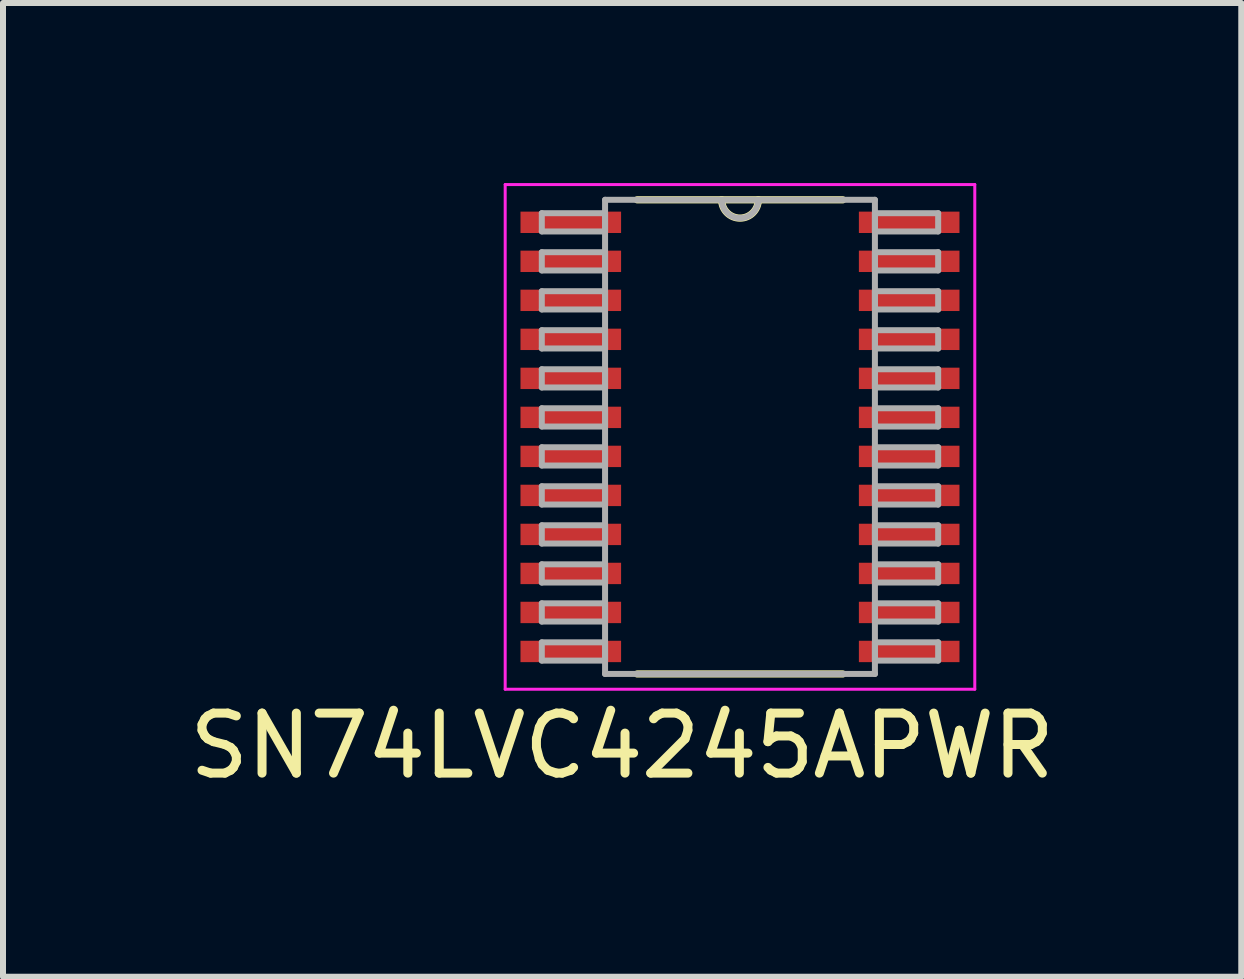
<source format=kicad_pcb>
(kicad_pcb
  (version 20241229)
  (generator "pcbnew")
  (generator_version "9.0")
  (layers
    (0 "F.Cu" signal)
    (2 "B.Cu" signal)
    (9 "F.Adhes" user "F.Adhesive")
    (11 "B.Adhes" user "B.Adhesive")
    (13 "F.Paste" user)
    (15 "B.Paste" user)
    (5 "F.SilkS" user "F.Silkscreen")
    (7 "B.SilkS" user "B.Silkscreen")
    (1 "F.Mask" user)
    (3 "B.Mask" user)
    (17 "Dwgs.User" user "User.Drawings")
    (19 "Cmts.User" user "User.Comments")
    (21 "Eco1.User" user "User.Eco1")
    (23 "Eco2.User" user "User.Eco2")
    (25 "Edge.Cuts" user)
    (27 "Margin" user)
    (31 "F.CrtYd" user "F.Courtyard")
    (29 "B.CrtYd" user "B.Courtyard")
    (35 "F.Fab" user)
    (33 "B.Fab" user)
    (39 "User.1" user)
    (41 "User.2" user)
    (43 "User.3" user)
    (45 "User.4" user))
  (footprint "SN74LVC4245APWR"
    (layer "F.Cu")
    (at 9.279 4.229)
    (property "Reference" "SN74LVC4245APWR" (at -1.963 5.147 0) (layer "F.SilkS") (effects (font (size 1 1) (thickness 0.15))))
    (attr through_hole)
    (fp_line (start -1.713 3.95) (end 1.713 3.95) (stroke (width 0.12) (type solid)) (layer "F.SilkS"))
    (fp_line (start 1.713 -3.95) (end -1.713 -3.95) (stroke (width 0.12) (type solid)) (layer "F.SilkS"))
    (fp_arc (start 0.3048 -3.9497) (mid 0 -3.6449) (end -0.3048 -3.9497) (stroke (width 0.12) (type solid)) (layer "F.SilkS"))
    (fp_line (start -3.912 -4.204) (end 3.912 -4.204) (stroke (width 0.05) (type solid)) (layer "F.CrtYd"))
    (fp_line (start -3.912 4.204) (end -3.912 -4.204) (stroke (width 0.05) (type solid)) (layer "F.CrtYd"))
    (fp_line (start 3.912 -4.204) (end 3.912 4.204) (stroke (width 0.05) (type solid)) (layer "F.CrtYd"))
    (fp_line (start 3.912 4.204) (end -3.912 4.204) (stroke (width 0.05) (type solid)) (layer "F.CrtYd"))
    (fp_line (start -3.302 -3.727) (end -3.302 -3.423) (stroke (width 0.1) (type solid)) (layer "F.Fab"))
    (fp_line (start -3.302 -3.423) (end -2.248 -3.423) (stroke (width 0.1) (type solid)) (layer "F.Fab"))
    (fp_line (start -3.302 -3.077) (end -3.302 -2.773) (stroke (width 0.1) (type solid)) (layer "F.Fab"))
    (fp_line (start -3.302 -2.773) (end -2.248 -2.773) (stroke (width 0.1) (type solid)) (layer "F.Fab"))
    (fp_line (start -3.302 -2.427) (end -3.302 -2.123) (stroke (width 0.1) (type solid)) (layer "F.Fab"))
    (fp_line (start -3.302 -2.123) (end -2.248 -2.123) (stroke (width 0.1) (type solid)) (layer "F.Fab"))
    (fp_line (start -3.302 -1.777) (end -3.302 -1.473) (stroke (width 0.1) (type solid)) (layer "F.Fab"))
    (fp_line (start -3.302 -1.473) (end -2.248 -1.473) (stroke (width 0.1) (type solid)) (layer "F.Fab"))
    (fp_line (start -3.302 -1.127) (end -3.302 -0.823) (stroke (width 0.1) (type solid)) (layer "F.Fab"))
    (fp_line (start -3.302 -0.823) (end -2.248 -0.823) (stroke (width 0.1) (type solid)) (layer "F.Fab"))
    (fp_line (start -3.302 -0.477) (end -3.302 -0.173) (stroke (width 0.1) (type solid)) (layer "F.Fab"))
    (fp_line (start -3.302 -0.173) (end -2.248 -0.173) (stroke (width 0.1) (type solid)) (layer "F.Fab"))
    (fp_line (start -3.302 0.173) (end -3.302 0.477) (stroke (width 0.1) (type solid)) (layer "F.Fab"))
    (fp_line (start -3.302 0.477) (end -2.248 0.477) (stroke (width 0.1) (type solid)) (layer "F.Fab"))
    (fp_line (start -3.302 0.823) (end -3.302 1.127) (stroke (width 0.1) (type solid)) (layer "F.Fab"))
    (fp_line (start -3.302 1.127) (end -2.248 1.127) (stroke (width 0.1) (type solid)) (layer "F.Fab"))
    (fp_line (start -3.302 1.473) (end -3.302 1.777) (stroke (width 0.1) (type solid)) (layer "F.Fab"))
    (fp_line (start -3.302 1.777) (end -2.248 1.777) (stroke (width 0.1) (type solid)) (layer "F.Fab"))
    (fp_line (start -3.302 2.123) (end -3.302 2.427) (stroke (width 0.1) (type solid)) (layer "F.Fab"))
    (fp_line (start -3.302 2.427) (end -2.248 2.427) (stroke (width 0.1) (type solid)) (layer "F.Fab"))
    (fp_line (start -3.302 2.773) (end -3.302 3.077) (stroke (width 0.1) (type solid)) (layer "F.Fab"))
    (fp_line (start -3.302 3.077) (end -2.248 3.077) (stroke (width 0.1) (type solid)) (layer "F.Fab"))
    (fp_line (start -3.302 3.423) (end -3.302 3.727) (stroke (width 0.1) (type solid)) (layer "F.Fab"))
    (fp_line (start -3.302 3.727) (end -2.248 3.727) (stroke (width 0.1) (type solid)) (layer "F.Fab"))
    (fp_line (start -2.248 -3.95) (end -2.248 3.95) (stroke (width 0.1) (type solid)) (layer "F.Fab"))
    (fp_line (start -2.248 -3.727) (end -3.302 -3.727) (stroke (width 0.1) (type solid)) (layer "F.Fab"))
    (fp_line (start -2.248 -3.423) (end -2.248 -3.727) (stroke (width 0.1) (type solid)) (layer "F.Fab"))
    (fp_line (start -2.248 -3.077) (end -3.302 -3.077) (stroke (width 0.1) (type solid)) (layer "F.Fab"))
    (fp_line (start -2.248 -2.773) (end -2.248 -3.077) (stroke (width 0.1) (type solid)) (layer "F.Fab"))
    (fp_line (start -2.248 -2.427) (end -3.302 -2.427) (stroke (width 0.1) (type solid)) (layer "F.Fab"))
    (fp_line (start -2.248 -2.123) (end -2.248 -2.427) (stroke (width 0.1) (type solid)) (layer "F.Fab"))
    (fp_line (start -2.248 -1.777) (end -3.302 -1.777) (stroke (width 0.1) (type solid)) (layer "F.Fab"))
    (fp_line (start -2.248 -1.473) (end -2.248 -1.777) (stroke (width 0.1) (type solid)) (layer "F.Fab"))
    (fp_line (start -2.248 -1.127) (end -3.302 -1.127) (stroke (width 0.1) (type solid)) (layer "F.Fab"))
    (fp_line (start -2.248 -0.823) (end -2.248 -1.127) (stroke (width 0.1) (type solid)) (layer "F.Fab"))
    (fp_line (start -2.248 -0.477) (end -3.302 -0.477) (stroke (width 0.1) (type solid)) (layer "F.Fab"))
    (fp_line (start -2.248 -0.173) (end -2.248 -0.477) (stroke (width 0.1) (type solid)) (layer "F.Fab"))
    (fp_line (start -2.248 0.173) (end -3.302 0.173) (stroke (width 0.1) (type solid)) (layer "F.Fab"))
    (fp_line (start -2.248 0.477) (end -2.248 0.173) (stroke (width 0.1) (type solid)) (layer "F.Fab"))
    (fp_line (start -2.248 0.823) (end -3.302 0.823) (stroke (width 0.1) (type solid)) (layer "F.Fab"))
    (fp_line (start -2.248 1.127) (end -2.248 0.823) (stroke (width 0.1) (type solid)) (layer "F.Fab"))
    (fp_line (start -2.248 1.473) (end -3.302 1.473) (stroke (width 0.1) (type solid)) (layer "F.Fab"))
    (fp_line (start -2.248 1.777) (end -2.248 1.473) (stroke (width 0.1) (type solid)) (layer "F.Fab"))
    (fp_line (start -2.248 2.123) (end -3.302 2.123) (stroke (width 0.1) (type solid)) (layer "F.Fab"))
    (fp_line (start -2.248 2.427) (end -2.248 2.123) (stroke (width 0.1) (type solid)) (layer "F.Fab"))
    (fp_line (start -2.248 2.773) (end -3.302 2.773) (stroke (width 0.1) (type solid)) (layer "F.Fab"))
    (fp_line (start -2.248 3.077) (end -2.248 2.773) (stroke (width 0.1) (type solid)) (layer "F.Fab"))
    (fp_line (start -2.248 3.423) (end -3.302 3.423) (stroke (width 0.1) (type solid)) (layer "F.Fab"))
    (fp_line (start -2.248 3.727) (end -2.248 3.423) (stroke (width 0.1) (type solid)) (layer "F.Fab"))
    (fp_line (start -2.248 3.95) (end 2.248 3.95) (stroke (width 0.1) (type solid)) (layer "F.Fab"))
    (fp_line (start 2.248 -3.95) (end -2.248 -3.95) (stroke (width 0.1) (type solid)) (layer "F.Fab"))
    (fp_line (start 2.248 -3.727) (end 2.248 -3.423) (stroke (width 0.1) (type solid)) (layer "F.Fab"))
    (fp_line (start 2.248 -3.423) (end 3.302 -3.423) (stroke (width 0.1) (type solid)) (layer "F.Fab"))
    (fp_line (start 2.248 -3.077) (end 2.248 -2.773) (stroke (width 0.1) (type solid)) (layer "F.Fab"))
    (fp_line (start 2.248 -2.773) (end 3.302 -2.773) (stroke (width 0.1) (type solid)) (layer "F.Fab"))
    (fp_line (start 2.248 -2.427) (end 2.248 -2.123) (stroke (width 0.1) (type solid)) (layer "F.Fab"))
    (fp_line (start 2.248 -2.123) (end 3.302 -2.123) (stroke (width 0.1) (type solid)) (layer "F.Fab"))
    (fp_line (start 2.248 -1.777) (end 2.248 -1.473) (stroke (width 0.1) (type solid)) (layer "F.Fab"))
    (fp_line (start 2.248 -1.473) (end 3.302 -1.473) (stroke (width 0.1) (type solid)) (layer "F.Fab"))
    (fp_line (start 2.248 -1.127) (end 2.248 -0.823) (stroke (width 0.1) (type solid)) (layer "F.Fab"))
    (fp_line (start 2.248 -0.823) (end 3.302 -0.823) (stroke (width 0.1) (type solid)) (layer "F.Fab"))
    (fp_line (start 2.248 -0.477) (end 2.248 -0.173) (stroke (width 0.1) (type solid)) (layer "F.Fab"))
    (fp_line (start 2.248 -0.173) (end 3.302 -0.173) (stroke (width 0.1) (type solid)) (layer "F.Fab"))
    (fp_line (start 2.248 0.173) (end 2.248 0.477) (stroke (width 0.1) (type solid)) (layer "F.Fab"))
    (fp_line (start 2.248 0.477) (end 3.302 0.477) (stroke (width 0.1) (type solid)) (layer "F.Fab"))
    (fp_line (start 2.248 0.823) (end 2.248 1.127) (stroke (width 0.1) (type solid)) (layer "F.Fab"))
    (fp_line (start 2.248 1.127) (end 3.302 1.127) (stroke (width 0.1) (type solid)) (layer "F.Fab"))
    (fp_line (start 2.248 1.473) (end 2.248 1.777) (stroke (width 0.1) (type solid)) (layer "F.Fab"))
    (fp_line (start 2.248 1.777) (end 3.302 1.777) (stroke (width 0.1) (type solid)) (layer "F.Fab"))
    (fp_line (start 2.248 2.123) (end 2.248 2.427) (stroke (width 0.1) (type solid)) (layer "F.Fab"))
    (fp_line (start 2.248 2.427) (end 3.302 2.427) (stroke (width 0.1) (type solid)) (layer "F.Fab"))
    (fp_line (start 2.248 2.773) (end 2.248 3.077) (stroke (width 0.1) (type solid)) (layer "F.Fab"))
    (fp_line (start 2.248 3.077) (end 3.302 3.077) (stroke (width 0.1) (type solid)) (layer "F.Fab"))
    (fp_line (start 2.248 3.423) (end 2.248 3.727) (stroke (width 0.1) (type solid)) (layer "F.Fab"))
    (fp_line (start 2.248 3.727) (end 3.302 3.727) (stroke (width 0.1) (type solid)) (layer "F.Fab"))
    (fp_line (start 2.248 3.95) (end 2.248 -3.95) (stroke (width 0.1) (type solid)) (layer "F.Fab"))
    (fp_line (start 3.302 -3.727) (end 2.248 -3.727) (stroke (width 0.1) (type solid)) (layer "F.Fab"))
    (fp_line (start 3.302 -3.423) (end 3.302 -3.727) (stroke (width 0.1) (type solid)) (layer "F.Fab"))
    (fp_line (start 3.302 -3.077) (end 2.248 -3.077) (stroke (width 0.1) (type solid)) (layer "F.Fab"))
    (fp_line (start 3.302 -2.773) (end 3.302 -3.077) (stroke (width 0.1) (type solid)) (layer "F.Fab"))
    (fp_line (start 3.302 -2.427) (end 2.248 -2.427) (stroke (width 0.1) (type solid)) (layer "F.Fab"))
    (fp_line (start 3.302 -2.123) (end 3.302 -2.427) (stroke (width 0.1) (type solid)) (layer "F.Fab"))
    (fp_line (start 3.302 -1.777) (end 2.248 -1.777) (stroke (width 0.1) (type solid)) (layer "F.Fab"))
    (fp_line (start 3.302 -1.473) (end 3.302 -1.777) (stroke (width 0.1) (type solid)) (layer "F.Fab"))
    (fp_line (start 3.302 -1.127) (end 2.248 -1.127) (stroke (width 0.1) (type solid)) (layer "F.Fab"))
    (fp_line (start 3.302 -0.823) (end 3.302 -1.127) (stroke (width 0.1) (type solid)) (layer "F.Fab"))
    (fp_line (start 3.302 -0.477) (end 2.248 -0.477) (stroke (width 0.1) (type solid)) (layer "F.Fab"))
    (fp_line (start 3.302 -0.173) (end 3.302 -0.477) (stroke (width 0.1) (type solid)) (layer "F.Fab"))
    (fp_line (start 3.302 0.173) (end 2.248 0.173) (stroke (width 0.1) (type solid)) (layer "F.Fab"))
    (fp_line (start 3.302 0.477) (end 3.302 0.173) (stroke (width 0.1) (type solid)) (layer "F.Fab"))
    (fp_line (start 3.302 0.823) (end 2.248 0.823) (stroke (width 0.1) (type solid)) (layer "F.Fab"))
    (fp_line (start 3.302 1.127) (end 3.302 0.823) (stroke (width 0.1) (type solid)) (layer "F.Fab"))
    (fp_line (start 3.302 1.473) (end 2.248 1.473) (stroke (width 0.1) (type solid)) (layer "F.Fab"))
    (fp_line (start 3.302 1.777) (end 3.302 1.473) (stroke (width 0.1) (type solid)) (layer "F.Fab"))
    (fp_line (start 3.302 2.123) (end 2.248 2.123) (stroke (width 0.1) (type solid)) (layer "F.Fab"))
    (fp_line (start 3.302 2.427) (end 3.302 2.123) (stroke (width 0.1) (type solid)) (layer "F.Fab"))
    (fp_line (start 3.302 2.773) (end 2.248 2.773) (stroke (width 0.1) (type solid)) (layer "F.Fab"))
    (fp_line (start 3.302 3.077) (end 3.302 2.773) (stroke (width 0.1) (type solid)) (layer "F.Fab"))
    (fp_line (start 3.302 3.423) (end 2.248 3.423) (stroke (width 0.1) (type solid)) (layer "F.Fab"))
    (fp_line (start 3.302 3.727) (end 3.302 3.423) (stroke (width 0.1) (type solid)) (layer "F.Fab"))
    (fp_arc (start 0.3048 -3.9497) (mid 0 -3.6449) (end -0.3048 -3.9497) (stroke (width 0.1) (type solid)) (layer "F.Fab"))
    (pad "1" smd rect (at -2.819 -3.575) (size 1.676 0.356) (layers "F.Cu" "F.Mask" "F.Paste"))
    (pad "2" smd rect (at -2.819 -2.925) (size 1.676 0.356) (layers "F.Cu" "F.Mask" "F.Paste"))
    (pad "3" smd rect (at -2.819 -2.275) (size 1.676 0.356) (layers "F.Cu" "F.Mask" "F.Paste"))
    (pad "4" smd rect (at -2.819 -1.625) (size 1.676 0.356) (layers "F.Cu" "F.Mask" "F.Paste"))
    (pad "5" smd rect (at -2.819 -0.975) (size 1.676 0.356) (layers "F.Cu" "F.Mask" "F.Paste"))
    (pad "6" smd rect (at -2.819 -0.325) (size 1.676 0.356) (layers "F.Cu" "F.Mask" "F.Paste"))
    (pad "7" smd rect (at -2.819 0.325) (size 1.676 0.356) (layers "F.Cu" "F.Mask" "F.Paste"))
    (pad "8" smd rect (at -2.819 0.975) (size 1.676 0.356) (layers "F.Cu" "F.Mask" "F.Paste"))
    (pad "9" smd rect (at -2.819 1.625) (size 1.676 0.356) (layers "F.Cu" "F.Mask" "F.Paste"))
    (pad "10" smd rect (at -2.819 2.275) (size 1.676 0.356) (layers "F.Cu" "F.Mask" "F.Paste"))
    (pad "11" smd rect (at -2.819 2.925) (size 1.676 0.356) (layers "F.Cu" "F.Mask" "F.Paste"))
    (pad "12" smd rect (at -2.819 3.575) (size 1.676 0.356) (layers "F.Cu" "F.Mask" "F.Paste"))
    (pad "13" smd rect (at 2.819 3.575) (size 1.676 0.356) (layers "F.Cu" "F.Mask" "F.Paste"))
    (pad "14" smd rect (at 2.819 2.925) (size 1.676 0.356) (layers "F.Cu" "F.Mask" "F.Paste"))
    (pad "15" smd rect (at 2.819 2.275) (size 1.676 0.356) (layers "F.Cu" "F.Mask" "F.Paste"))
    (pad "16" smd rect (at 2.819 1.625) (size 1.676 0.356) (layers "F.Cu" "F.Mask" "F.Paste"))
    (pad "17" smd rect (at 2.819 0.975) (size 1.676 0.356) (layers "F.Cu" "F.Mask" "F.Paste"))
    (pad "18" smd rect (at 2.819 0.325) (size 1.676 0.356) (layers "F.Cu" "F.Mask" "F.Paste"))
    (pad "19" smd rect (at 2.819 -0.325) (size 1.676 0.356) (layers "F.Cu" "F.Mask" "F.Paste"))
    (pad "20" smd rect (at 2.819 -0.975) (size 1.676 0.356) (layers "F.Cu" "F.Mask" "F.Paste"))
    (pad "21" smd rect (at 2.819 -1.625) (size 1.676 0.356) (layers "F.Cu" "F.Mask" "F.Paste"))
    (pad "22" smd rect (at 2.819 -2.275) (size 1.676 0.356) (layers "F.Cu" "F.Mask" "F.Paste"))
    (pad "23" smd rect (at 2.819 -2.925) (size 1.676 0.356) (layers "F.Cu" "F.Mask" "F.Paste"))
    (pad "24" smd rect (at 2.819 -3.575) (size 1.676 0.356) (layers "F.Cu" "F.Mask" "F.Paste")))
  (gr_rect
    (start -3 -3)
    (end 17.631 13.224)
    (stroke (width 0.1) (type default))
    (fill no)
    (layer "Edge.Cuts")))
</source>
